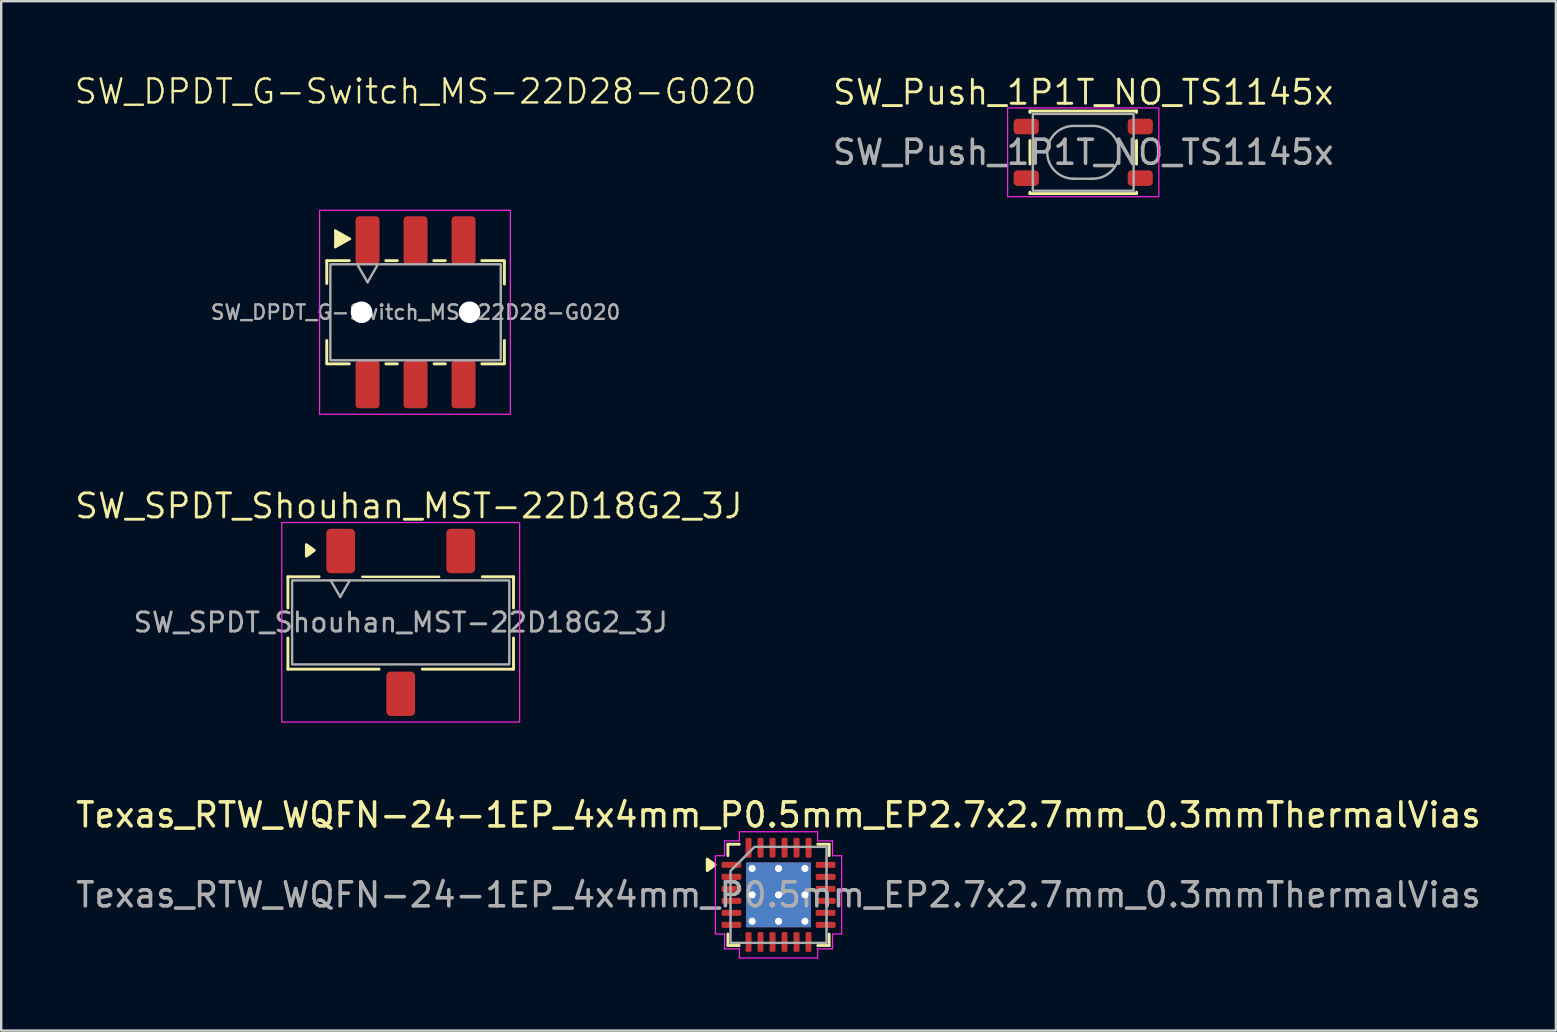
<source format=kicad_pcb>
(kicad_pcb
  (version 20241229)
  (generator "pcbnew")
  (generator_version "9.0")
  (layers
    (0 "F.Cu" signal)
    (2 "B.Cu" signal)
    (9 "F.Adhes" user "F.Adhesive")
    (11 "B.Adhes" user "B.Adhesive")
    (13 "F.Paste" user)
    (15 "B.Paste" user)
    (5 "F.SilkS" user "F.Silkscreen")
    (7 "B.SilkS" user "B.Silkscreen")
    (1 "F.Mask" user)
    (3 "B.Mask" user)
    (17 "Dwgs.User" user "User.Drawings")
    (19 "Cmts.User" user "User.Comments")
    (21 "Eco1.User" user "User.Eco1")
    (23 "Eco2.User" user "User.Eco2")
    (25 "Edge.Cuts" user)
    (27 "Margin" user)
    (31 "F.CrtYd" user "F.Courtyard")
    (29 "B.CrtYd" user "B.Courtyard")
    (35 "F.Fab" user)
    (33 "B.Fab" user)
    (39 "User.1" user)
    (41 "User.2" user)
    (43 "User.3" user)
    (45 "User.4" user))
  (footprint "SW_DPDT_G-Switch_MS-22D28-G020"
    (layer "F.Cu")
    (at 14.264 9.96)
    (property "Reference" "SW_DPDT_G-Switch_MS-22D28-G020" (at 0 -9.2 0) (unlocked yes) (layer "F.SilkS") (effects (font (size 1 1) (thickness 0.1))))
    (attr smd)
    (fp_line (start -3.7 -2.15) (end -3.7 -1.2) (stroke (width 0.12) (type solid)) (layer "F.SilkS"))
    (fp_line (start -3.7 1.175) (end -3.7 2.125) (stroke (width 0.12) (type default)) (layer "F.SilkS"))
    (fp_line (start -3.7 2.15) (end -2.76 2.15) (stroke (width 0.12) (type solid)) (layer "F.SilkS"))
    (fp_line (start -2.76 -2.15) (end -3.7 -2.15) (stroke (width 0.12) (type default)) (layer "F.SilkS"))
    (fp_line (start -0.76 -2.15) (end -1.24 -2.15) (stroke (width 0.12) (type solid)) (layer "F.SilkS"))
    (fp_line (start -0.76 2.15) (end -1.24 2.15) (stroke (width 0.12) (type solid)) (layer "F.SilkS"))
    (fp_line (start 1.24 -2.15) (end 0.76 -2.15) (stroke (width 0.12) (type solid)) (layer "F.SilkS"))
    (fp_line (start 1.24 2.15) (end 0.77 2.15) (stroke (width 0.12) (type solid)) (layer "F.SilkS"))
    (fp_line (start 2.76 2.15) (end 3.7 2.15) (stroke (width 0.12) (type default)) (layer "F.SilkS"))
    (fp_line (start 3.675 -2.15) (end 2.76 -2.15) (stroke (width 0.12) (type solid)) (layer "F.SilkS"))
    (fp_line (start 3.7 -1.175) (end 3.7 -2.15) (stroke (width 0.12) (type default)) (layer "F.SilkS"))
    (fp_line (start 3.7 2.125) (end 3.7 1.175) (stroke (width 0.12) (type solid)) (layer "F.SilkS"))
    (fp_rect (start -4 -4.25) (end 3.95 4.25) (stroke (width 0.05) (type default)) (fill no) (layer "F.CrtYd"))
    (fp_line (start -2 -1.25) (end -2.4 -1.943) (stroke (width 0.1) (type solid)) (layer "F.Fab"))
    (fp_line (start -2 -1.25) (end -1.6 -1.943) (stroke (width 0.1) (type solid)) (layer "F.Fab"))
    (fp_rect (start -3.55 -2) (end 3.55 2) (stroke (width 0.1) (type solid)) (fill no) (layer "F.Fab"))
    (fp_text user "▶" (at -3.6 -2.65 0) (unlocked yes) (layer "F.SilkS") (effects (font (size 0.8 0.8) (thickness 0.1)) (justify left bottom)))
    (fp_text user "${REFERENCE}" (at 0 0 0) (unlocked yes) (layer "F.Fab") (effects (font (size 0.6 0.6) (thickness 0.1))))
    (pad "" np_thru_hole circle (at -2.25 0) (size 0.9 0.9) (drill 0.9) (layers "*.Cu" "*.Mask"))
    (pad "" np_thru_hole circle (at 2.25 0) (size 0.9 0.9) (drill 0.9) (layers "*.Cu" "*.Mask"))
    (pad "1" smd roundrect (at -2 -3) (size 1 2) (layers "F.Cu" "F.Mask" "F.Paste") (roundrect_rratio 0.15))
    (pad "2" smd roundrect (at 0 -3) (size 1 2) (layers "F.Cu" "F.Mask" "F.Paste") (roundrect_rratio 0.15))
    (pad "3" smd roundrect (at 2 -3) (size 1 2) (layers "F.Cu" "F.Mask" "F.Paste") (roundrect_rratio 0.15))
    (pad "4" smd roundrect (at -2 3) (size 1 2) (layers "F.Cu" "F.Mask" "F.Paste") (roundrect_rratio 0.15))
    (pad "5" smd roundrect (at 0 3) (size 1 2) (layers "F.Cu" "F.Mask" "F.Paste") (roundrect_rratio 0.15))
    (pad "6" smd roundrect (at 2 3) (size 1 2) (layers "F.Cu" "F.Mask" "F.Paste") (roundrect_rratio 0.15)))
  (footprint "SW_Push_1P1T_NO_TS1145x"
    (layer "F.Cu")
    (at 42.082 3.296)
    (property "Reference" "SW_Push_1P1T_NO_TS1145x" (at 0 -2.5 0) (unlocked yes) (layer "F.SilkS") (effects (font (size 1 1) (thickness 0.12))))
    (attr smd)
    (fp_line (start -2.22 -1.72) (end -2.22 -1.66) (stroke (width 0.12) (type solid)) (layer "F.SilkS"))
    (fp_line (start -2.22 -1.72) (end 2.22 -1.72) (stroke (width 0.12) (type default)) (layer "F.SilkS"))
    (fp_line (start -2.22 -0.49) (end -2.22 0.49) (stroke (width 0.12) (type solid)) (layer "F.SilkS"))
    (fp_line (start -2.22 1.72) (end -2.22 1.66) (stroke (width 0.12) (type solid)) (layer "F.SilkS"))
    (fp_line (start 2.22 -1.72) (end 2.22 -1.66) (stroke (width 0.12) (type solid)) (layer "F.SilkS"))
    (fp_line (start 2.22 -0.49) (end 2.22 0.49) (stroke (width 0.12) (type solid)) (layer "F.SilkS"))
    (fp_line (start 2.22 1.72) (end -2.22 1.72) (stroke (width 0.12) (type default)) (layer "F.SilkS"))
    (fp_line (start 2.22 1.72) (end 2.22 1.66) (stroke (width 0.12) (type solid)) (layer "F.SilkS"))
    (fp_rect (start -3.15 -1.85) (end 3.15 1.85) (stroke (width 0.05) (type default)) (fill no) (layer "F.CrtYd"))
    (fp_line (start -0.4 -1.1) (end 0.4 -1.1) (stroke (width 0.1) (type default)) (layer "F.Fab"))
    (fp_line (start -0.4 1.1) (end 0.4 1.1) (stroke (width 0.1) (type default)) (layer "F.Fab"))
    (fp_rect (start -2.1 -1.6) (end 2.1 1.6) (stroke (width 0.1) (type solid)) (fill no) (layer "F.Fab"))
    (fp_arc (start -0.4 1.1) (mid -1.5 0) (end -0.4 -1.1) (stroke (width 0.1) (type default)) (layer "F.Fab"))
    (fp_arc (start 0.4 -1.1) (mid 1.5 0) (end 0.4 1.1) (stroke (width 0.1) (type default)) (layer "F.Fab"))
    (fp_text user "${REFERENCE}" (at 0 0 0) (unlocked yes) (layer "F.Fab") (effects (font (size 1 1) (thickness 0.15))))
    (pad "1" smd roundrect (at -2.375 -1.075) (size 1.05 0.65) (layers "F.Cu" "F.Mask" "F.Paste") (roundrect_rratio 0.25))
    (pad "1" smd roundrect (at 2.375 -1.075) (size 1.05 0.65) (layers "F.Cu" "F.Mask" "F.Paste") (roundrect_rratio 0.25))
    (pad "2" smd roundrect (at -2.375 1.075) (size 1.05 0.65) (layers "F.Cu" "F.Mask" "F.Paste") (roundrect_rratio 0.25))
    (pad "2" smd roundrect (at 2.375 1.075) (size 1.05 0.65) (layers "F.Cu" "F.Mask" "F.Paste") (roundrect_rratio 0.25)))
  (footprint "Texas_RTW_WQFN-24-1EP_4x4mm_P0.5mm_EP2.7x2.7mm_0.3mmThermalVias"
    (layer "F.Cu")
    (at 29.387 34.234)
    (property "Reference" "Texas_RTW_WQFN-24-1EP_4x4mm_P0.5mm_EP2.7x2.7mm_0.3mmThermalVias" (at 0 -3.33 0) (layer "F.SilkS") (effects (font (size 1 1) (thickness 0.15))))
    (attr smd)
    (fp_line (start -2.11 -2.11) (end -1.635 -2.11) (stroke (width 0.12) (type solid)) (layer "F.SilkS"))
    (fp_line (start -2.11 -1.635) (end -2.11 -2.11) (stroke (width 0.12) (type solid)) (layer "F.SilkS"))
    (fp_line (start -2.11 2.11) (end -2.11 1.635) (stroke (width 0.12) (type solid)) (layer "F.SilkS"))
    (fp_line (start -1.635 2.11) (end -2.11 2.11) (stroke (width 0.12) (type solid)) (layer "F.SilkS"))
    (fp_line (start 1.635 -2.11) (end 2.11 -2.11) (stroke (width 0.12) (type solid)) (layer "F.SilkS"))
    (fp_line (start 2.11 -2.11) (end 2.11 -1.635) (stroke (width 0.12) (type solid)) (layer "F.SilkS"))
    (fp_line (start 2.11 1.635) (end 2.11 2.11) (stroke (width 0.12) (type solid)) (layer "F.SilkS"))
    (fp_line (start 2.11 2.11) (end 1.635 2.11) (stroke (width 0.12) (type solid)) (layer "F.SilkS"))
    (fp_poly (pts (xy -2.64 -1.25) (xy -2.97 -1.01) (xy -2.97 -1.49)) (stroke (width 0.12) (type solid)) (fill yes) (layer "F.SilkS"))
    (fp_line (start -2.63 -1.63) (end -2.25 -1.63) (stroke (width 0.05) (type solid)) (layer "F.CrtYd"))
    (fp_line (start -2.63 1.63) (end -2.63 -1.63) (stroke (width 0.05) (type solid)) (layer "F.CrtYd"))
    (fp_line (start -2.25 -2.25) (end -1.63 -2.25) (stroke (width 0.05) (type solid)) (layer "F.CrtYd"))
    (fp_line (start -2.25 -1.63) (end -2.25 -2.25) (stroke (width 0.05) (type solid)) (layer "F.CrtYd"))
    (fp_line (start -2.25 1.63) (end -2.63 1.63) (stroke (width 0.05) (type solid)) (layer "F.CrtYd"))
    (fp_line (start -2.25 2.25) (end -2.25 1.63) (stroke (width 0.05) (type solid)) (layer "F.CrtYd"))
    (fp_line (start -1.63 -2.63) (end 1.63 -2.63) (stroke (width 0.05) (type solid)) (layer "F.CrtYd"))
    (fp_line (start -1.63 -2.25) (end -1.63 -2.63) (stroke (width 0.05) (type solid)) (layer "F.CrtYd"))
    (fp_line (start -1.63 2.25) (end -2.25 2.25) (stroke (width 0.05) (type solid)) (layer "F.CrtYd"))
    (fp_line (start -1.63 2.63) (end -1.63 2.25) (stroke (width 0.05) (type solid)) (layer "F.CrtYd"))
    (fp_line (start 1.63 -2.63) (end 1.63 -2.25) (stroke (width 0.05) (type solid)) (layer "F.CrtYd"))
    (fp_line (start 1.63 -2.25) (end 2.25 -2.25) (stroke (width 0.05) (type solid)) (layer "F.CrtYd"))
    (fp_line (start 1.63 2.25) (end 1.63 2.63) (stroke (width 0.05) (type solid)) (layer "F.CrtYd"))
    (fp_line (start 1.63 2.63) (end -1.63 2.63) (stroke (width 0.05) (type solid)) (layer "F.CrtYd"))
    (fp_line (start 2.25 -2.25) (end 2.25 -1.63) (stroke (width 0.05) (type solid)) (layer "F.CrtYd"))
    (fp_line (start 2.25 -1.63) (end 2.63 -1.63) (stroke (width 0.05) (type solid)) (layer "F.CrtYd"))
    (fp_line (start 2.25 1.63) (end 2.25 2.25) (stroke (width 0.05) (type solid)) (layer "F.CrtYd"))
    (fp_line (start 2.25 2.25) (end 1.63 2.25) (stroke (width 0.05) (type solid)) (layer "F.CrtYd"))
    (fp_line (start 2.63 -1.63) (end 2.63 1.63) (stroke (width 0.05) (type solid)) (layer "F.CrtYd"))
    (fp_line (start 2.63 1.63) (end 2.25 1.63) (stroke (width 0.05) (type solid)) (layer "F.CrtYd"))
    (fp_poly (pts (xy -2 -1) (xy -2 2) (xy 2 2) (xy 2 -2) (xy -1 -2)) (stroke (width 0.1) (type solid)) (fill no) (layer "F.Fab"))
    (fp_text user "${REFERENCE}" (at 0 0 0) (layer "F.Fab") (effects (font (size 1 1) (thickness 0.15))))
    (pad "" smd roundrect (at -0.675 -0.675) (size 1.13 1.13) (layers "F.Paste") (roundrect_rratio 0.221))
    (pad "" smd roundrect (at -0.675 0.675) (size 1.13 1.13) (layers "F.Paste") (roundrect_rratio 0.221))
    (pad "" smd roundrect (at 0.675 -0.675) (size 1.13 1.13) (layers "F.Paste") (roundrect_rratio 0.221))
    (pad "" smd roundrect (at 0.675 0.675) (size 1.13 1.13) (layers "F.Paste") (roundrect_rratio 0.221))
    (pad "1" smd roundrect (at -1.962 -1.25) (size 0.825 0.25) (layers "F.Cu" "F.Mask" "F.Paste") (roundrect_rratio 0.25))
    (pad "2" smd roundrect (at -1.962 -0.75) (size 0.825 0.25) (layers "F.Cu" "F.Mask" "F.Paste") (roundrect_rratio 0.25))
    (pad "3" smd roundrect (at -1.962 -0.25) (size 0.825 0.25) (layers "F.Cu" "F.Mask" "F.Paste") (roundrect_rratio 0.25))
    (pad "4" smd roundrect (at -1.962 0.25) (size 0.825 0.25) (layers "F.Cu" "F.Mask" "F.Paste") (roundrect_rratio 0.25))
    (pad "5" smd roundrect (at -1.962 0.75) (size 0.825 0.25) (layers "F.Cu" "F.Mask" "F.Paste") (roundrect_rratio 0.25))
    (pad "6" smd roundrect (at -1.962 1.25) (size 0.825 0.25) (layers "F.Cu" "F.Mask" "F.Paste") (roundrect_rratio 0.25))
    (pad "7" smd roundrect (at -1.25 1.962) (size 0.25 0.825) (layers "F.Cu" "F.Mask" "F.Paste") (roundrect_rratio 0.25))
    (pad "8" smd roundrect (at -0.75 1.962) (size 0.25 0.825) (layers "F.Cu" "F.Mask" "F.Paste") (roundrect_rratio 0.25))
    (pad "9" smd roundrect (at -0.25 1.962) (size 0.25 0.825) (layers "F.Cu" "F.Mask" "F.Paste") (roundrect_rratio 0.25))
    (pad "10" smd roundrect (at 0.25 1.962) (size 0.25 0.825) (layers "F.Cu" "F.Mask" "F.Paste") (roundrect_rratio 0.25))
    (pad "11" smd roundrect (at 0.75 1.962) (size 0.25 0.825) (layers "F.Cu" "F.Mask" "F.Paste") (roundrect_rratio 0.25))
    (pad "12" smd roundrect (at 1.25 1.962) (size 0.25 0.825) (layers "F.Cu" "F.Mask" "F.Paste") (roundrect_rratio 0.25))
    (pad "13" smd roundrect (at 1.962 1.25) (size 0.825 0.25) (layers "F.Cu" "F.Mask" "F.Paste") (roundrect_rratio 0.25))
    (pad "14" smd roundrect (at 1.962 0.75) (size 0.825 0.25) (layers "F.Cu" "F.Mask" "F.Paste") (roundrect_rratio 0.25))
    (pad "15" smd roundrect (at 1.962 0.25) (size 0.825 0.25) (layers "F.Cu" "F.Mask" "F.Paste") (roundrect_rratio 0.25))
    (pad "16" smd roundrect (at 1.962 -0.25) (size 0.825 0.25) (layers "F.Cu" "F.Mask" "F.Paste") (roundrect_rratio 0.25))
    (pad "17" smd roundrect (at 1.962 -0.75) (size 0.825 0.25) (layers "F.Cu" "F.Mask" "F.Paste") (roundrect_rratio 0.25))
    (pad "18" smd roundrect (at 1.962 -1.25) (size 0.825 0.25) (layers "F.Cu" "F.Mask" "F.Paste") (roundrect_rratio 0.25))
    (pad "19" smd roundrect (at 1.25 -1.962) (size 0.25 0.825) (layers "F.Cu" "F.Mask" "F.Paste") (roundrect_rratio 0.25))
    (pad "20" smd roundrect (at 0.75 -1.962) (size 0.25 0.825) (layers "F.Cu" "F.Mask" "F.Paste") (roundrect_rratio 0.25))
    (pad "21" smd roundrect (at 0.25 -1.962) (size 0.25 0.825) (layers "F.Cu" "F.Mask" "F.Paste") (roundrect_rratio 0.25))
    (pad "22" smd roundrect (at -0.25 -1.962) (size 0.25 0.825) (layers "F.Cu" "F.Mask" "F.Paste") (roundrect_rratio 0.25))
    (pad "23" smd roundrect (at -0.75 -1.962) (size 0.25 0.825) (layers "F.Cu" "F.Mask" "F.Paste") (roundrect_rratio 0.25))
    (pad "24" smd roundrect (at -1.25 -1.962) (size 0.25 0.825) (layers "F.Cu" "F.Mask" "F.Paste") (roundrect_rratio 0.25))
    (pad "25" thru_hole circle (at -1.1 -1.1) (size 0.45 0.45) (drill 0.3) (property pad_prop_heatsink) (layers "*.Cu"))
    (pad "25" thru_hole circle (at -1.1 0) (size 0.45 0.45) (drill 0.3) (property pad_prop_heatsink) (layers "*.Cu"))
    (pad "25" thru_hole circle (at -1.1 1.1) (size 0.45 0.45) (drill 0.3) (property pad_prop_heatsink) (layers "*.Cu"))
    (pad "25" thru_hole circle (at 0 -1.1) (size 0.45 0.45) (drill 0.3) (property pad_prop_heatsink) (layers "*.Cu"))
    (pad "25" thru_hole circle (at 0 0) (size 0.45 0.45) (drill 0.3) (property pad_prop_heatsink) (layers "*.Cu"))
    (pad "25" smd rect (at 0 0) (size 2.7 2.7) (property pad_prop_heatsink) (layers "F.Cu" "F.Mask"))
    (pad "25" smd rect (at 0 0) (size 2.7 2.7) (property pad_prop_heatsink) (layers "B.Cu"))
    (pad "25" thru_hole circle (at 0 1.1) (size 0.45 0.45) (drill 0.3) (property pad_prop_heatsink) (layers "*.Cu"))
    (pad "25" thru_hole circle (at 1.1 -1.1) (size 0.45 0.45) (drill 0.3) (property pad_prop_heatsink) (layers "*.Cu"))
    (pad "25" thru_hole circle (at 1.1 0) (size 0.45 0.45) (drill 0.3) (property pad_prop_heatsink) (layers "*.Cu"))
    (pad "25" thru_hole circle (at 1.1 1.1) (size 0.45 0.45) (drill 0.3) (property pad_prop_heatsink) (layers "*.Cu")))
  (footprint "SW_SPDT_Shouhan_MST-22D18G2_3J"
    (layer "F.Cu")
    (at 13.645 22.881)
    (property "Reference" "SW_SPDT_Shouhan_MST-22D18G2_3J" (at 0.34 -4.85 0) (unlocked yes) (layer "F.SilkS") (effects (font (size 1 1) (thickness 0.12))))
    (attr smd)
    (fp_line (start -4.7 -1.9) (end -3.4 -1.9) (stroke (width 0.12) (type default)) (layer "F.SilkS"))
    (fp_line (start -4.7 -0.6) (end -4.7 -1.9) (stroke (width 0.12) (type solid)) (layer "F.SilkS"))
    (fp_line (start -4.7 1.95) (end -4.7 0.65) (stroke (width 0.12) (type default)) (layer "F.SilkS"))
    (fp_line (start -1.6 -1.9) (end 1.6 -1.9) (stroke (width 0.1) (type default)) (layer "F.SilkS"))
    (fp_line (start -0.9 1.95) (end -4.7 1.95) (stroke (width 0.12) (type solid)) (layer "F.SilkS"))
    (fp_line (start 3.4 -1.9) (end 4.7 -1.9) (stroke (width 0.12) (type solid)) (layer "F.SilkS"))
    (fp_line (start 4.7 -1.9) (end 4.7 -0.6) (stroke (width 0.12) (type default)) (layer "F.SilkS"))
    (fp_line (start 4.7 0.65) (end 4.7 1.95) (stroke (width 0.12) (type solid)) (layer "F.SilkS"))
    (fp_line (start 4.7 1.95) (end 0.9 1.95) (stroke (width 0.12) (type default)) (layer "F.SilkS"))
    (fp_poly (pts (xy -3.6 -3) (xy -3.93 -2.76) (xy -3.93 -3.24)) (stroke (width 0.12) (type solid)) (fill yes) (layer "F.SilkS"))
    (fp_rect (start -4.955 -4.16) (end 4.955 4.15) (stroke (width 0.05) (type default)) (fill no) (layer "F.CrtYd"))
    (fp_line (start -2.52 -1.06) (end -2.92 -1.753) (stroke (width 0.1) (type solid)) (layer "F.Fab"))
    (fp_line (start -2.52 -1.06) (end -2.12 -1.753) (stroke (width 0.1) (type solid)) (layer "F.Fab"))
    (fp_rect (start -4.525 -1.75) (end 4.525 1.75) (stroke (width 0.1) (type solid)) (fill no) (layer "F.Fab"))
    (fp_text user "${REFERENCE}" (at 0 0 0) (unlocked yes) (layer "F.Fab") (effects (font (size 0.8 0.8) (thickness 0.12))))
    (pad "1" smd roundrect (at -2.5 -2.975) (size 1.2 1.85) (layers "F.Cu" "F.Mask" "F.Paste") (roundrect_rratio 0.15))
    (pad "2" smd roundrect (at 0 2.975) (size 1.2 1.85) (layers "F.Cu" "F.Mask" "F.Paste") (roundrect_rratio 0.15))
    (pad "3" smd roundrect (at 2.5 -2.975) (size 1.2 1.85) (layers "F.Cu" "F.Mask" "F.Paste") (roundrect_rratio 0.15)))
  (gr_rect
    (start -3 -3)
    (end 61.774 39.889)
    (stroke (width 0.1) (type default))
    (fill no)
    (layer "Edge.Cuts")))
</source>
